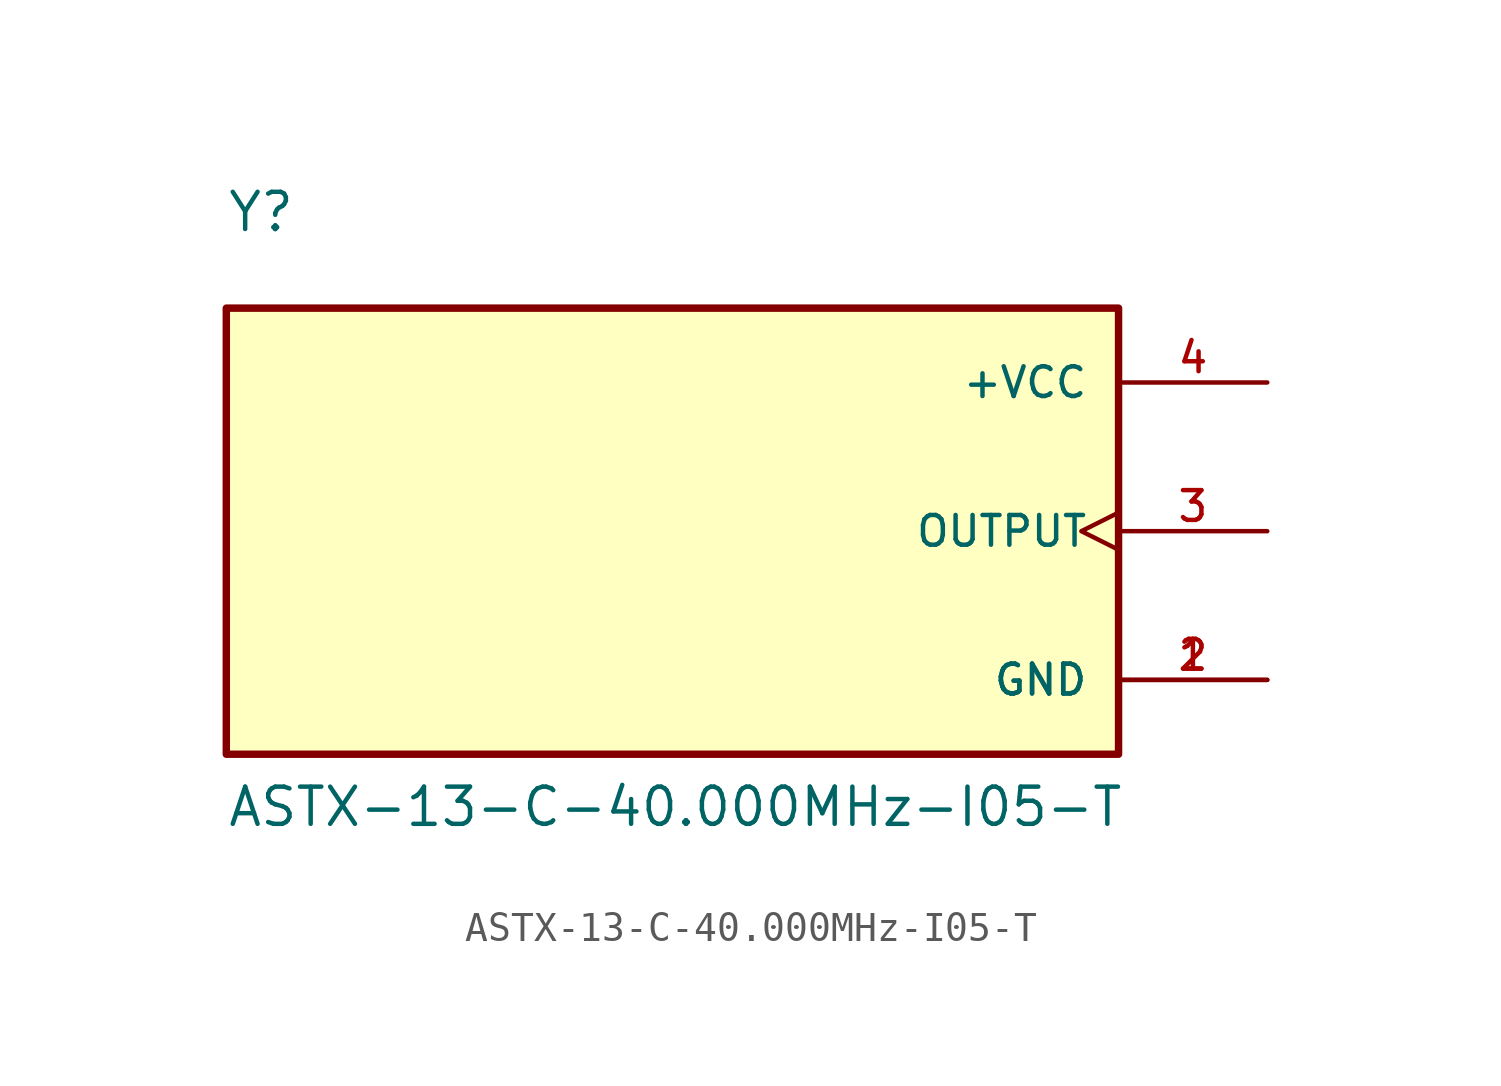
<source format=kicad_sym>
(kicad_symbol_lib
  (version 20211014)
  (generator kicad_symbol_editor)
  (symbol "ASTX-13-C-40.000MHz-I05-T"
    (pin_names
      (offset 1.016))
    (property "Reference" "Y"
      (at -15.24 10.16 0)
      (effects (font (size 1.27 1.27)) (justify bottom left)))
    (property "Value" "ASTX-13-C-40.000MHz-I05-T"
      (at -15.24 -10.16 0)
      (effects (font (size 1.27 1.27)) (justify bottom left)))
    (symbol "ASTX-13-C-40.000MHz-I05-T_0_0"
      (rectangle (start -15.24 -7.62) (end 15.24 7.62) (stroke (width 0.254)) (fill (type background)))
      (pin power_in line (at 20.32 5.08 180.0) (length 5.08) (name "+VCC" (effects (font (size 1.016 1.016)))) (number "4" (effects (font (size 1.016 1.016)))))
      (pin power_in line (at 20.32 -5.08 180.0) (length 5.08) (name "GND" (effects (font (size 1.016 1.016)))) (number "1" (effects (font (size 1.016 1.016)))))
      (pin power_in line (at 20.32 -5.08 180.0) (length 5.08) (name "GND" (effects (font (size 1.016 1.016)))) (number "2" (effects (font (size 1.016 1.016)))))
      (pin output clock (at 20.32 0.0 180.0) (length 5.08) (name "OUTPUT" (effects (font (size 1.016 1.016)))) (number "3" (effects (font (size 1.016 1.016))))))))
</source>
